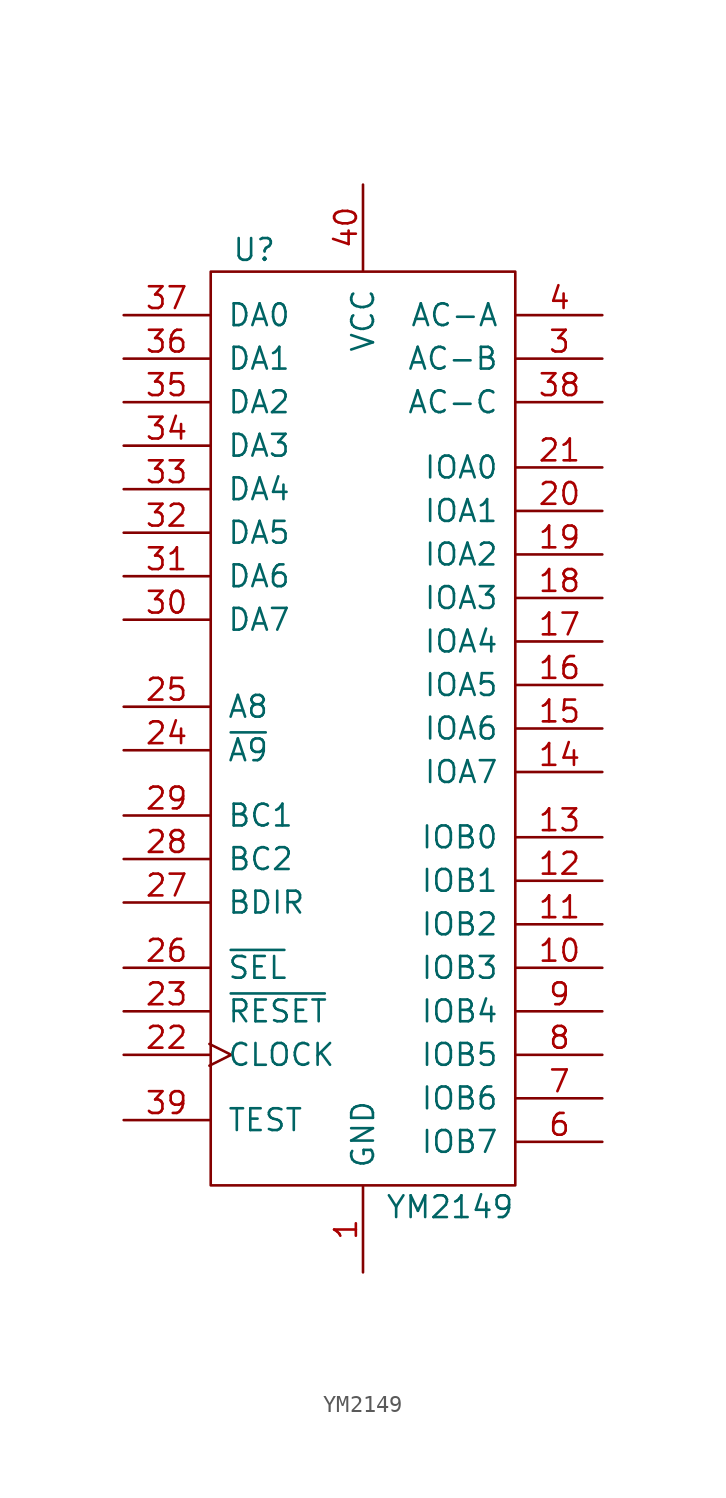
<source format=kicad_sym>
(kicad_symbol_lib
  (version 20220914)
  (generator kicad_symbol_editor)
  (symbol "YM2149"
    (pin_names
      (offset 1.016))
    (property "Reference" "U"
      (at -6.35 27.94 0)
      (effects (font (size 1.27 1.27))))
    (property "Value" "YM2149"
      (at 5.08 -27.94 0)
      (effects (font (size 1.27 1.27))))
    (symbol "YM2149_0_1"
      (polyline (pts (xy -8.89 26.67) (xy 8.89 26.67) (xy 8.89 -26.67) (xy -8.89 -26.67) (xy -8.89 26.67)) (stroke (width 0) (type solid)) (fill (type none))))
    (symbol "YM2149_1_1"
      (pin power_in line (at 0 -31.75 90) (length 5.004) (name "GND" (effects (font (size 1.27 1.27)))) (number "1" (effects (font (size 1.27 1.27)))))
      (pin bidirectional line (at 13.97 -13.97 180) (length 5.004) (name "IOB3" (effects (font (size 1.27 1.27)))) (number "10" (effects (font (size 1.27 1.27)))))
      (pin bidirectional line (at 13.97 -11.43 180) (length 5.004) (name "IOB2" (effects (font (size 1.27 1.27)))) (number "11" (effects (font (size 1.27 1.27)))))
      (pin bidirectional line (at 13.97 -8.89 180) (length 5.004) (name "IOB1" (effects (font (size 1.27 1.27)))) (number "12" (effects (font (size 1.27 1.27)))))
      (pin bidirectional line (at 13.97 -6.35 180) (length 5.004) (name "IOB0" (effects (font (size 1.27 1.27)))) (number "13" (effects (font (size 1.27 1.27)))))
      (pin bidirectional line (at 13.97 -2.54 180) (length 5.004) (name "IOA7" (effects (font (size 1.27 1.27)))) (number "14" (effects (font (size 1.27 1.27)))))
      (pin bidirectional line (at 13.97 0 180) (length 5.004) (name "IOA6" (effects (font (size 1.27 1.27)))) (number "15" (effects (font (size 1.27 1.27)))))
      (pin bidirectional line (at 13.97 2.54 180) (length 5.004) (name "IOA5" (effects (font (size 1.27 1.27)))) (number "16" (effects (font (size 1.27 1.27)))))
      (pin bidirectional line (at 13.97 5.08 180) (length 5.004) (name "IOA4" (effects (font (size 1.27 1.27)))) (number "17" (effects (font (size 1.27 1.27)))))
      (pin bidirectional line (at 13.97 7.62 180) (length 5.004) (name "IOA3" (effects (font (size 1.27 1.27)))) (number "18" (effects (font (size 1.27 1.27)))))
      (pin bidirectional line (at 13.97 10.16 180) (length 5.004) (name "IOA2" (effects (font (size 1.27 1.27)))) (number "19" (effects (font (size 1.27 1.27)))))
      (pin bidirectional line (at 13.97 12.7 180) (length 5.004) (name "IOA1" (effects (font (size 1.27 1.27)))) (number "20" (effects (font (size 1.27 1.27)))))
      (pin bidirectional line (at 13.97 15.24 180) (length 5.004) (name "IOA0" (effects (font (size 1.27 1.27)))) (number "21" (effects (font (size 1.27 1.27)))))
      (pin input clock (at -13.97 -19.05 0) (length 5.004) (name "CLOCK" (effects (font (size 1.27 1.27)))) (number "22" (effects (font (size 1.27 1.27)))))
      (pin input line (at -13.97 -16.51 0) (length 5.004) (name "~{RESET}" (effects (font (size 1.27 1.27)))) (number "23" (effects (font (size 1.27 1.27)))))
      (pin input line (at -13.97 -1.27 0) (length 5.004) (name "~{A9}" (effects (font (size 1.27 1.27)))) (number "24" (effects (font (size 1.27 1.27)))))
      (pin input line (at -13.97 1.27 0) (length 5.004) (name "A8" (effects (font (size 1.27 1.27)))) (number "25" (effects (font (size 1.27 1.27)))))
      (pin input line (at -13.97 -13.97 0) (length 5.004) (name "~{SEL}" (effects (font (size 1.27 1.27)))) (number "26" (effects (font (size 1.27 1.27)))))
      (pin input line (at -13.97 -10.16 0) (length 5.004) (name "BDIR" (effects (font (size 1.27 1.27)))) (number "27" (effects (font (size 1.27 1.27)))))
      (pin input line (at -13.97 -7.62 0) (length 5.004) (name "BC2" (effects (font (size 1.27 1.27)))) (number "28" (effects (font (size 1.27 1.27)))))
      (pin input line (at -13.97 -5.08 0) (length 5.004) (name "BC1" (effects (font (size 1.27 1.27)))) (number "29" (effects (font (size 1.27 1.27)))))
      (pin bidirectional line (at 13.97 21.59 180) (length 5.004) (name "AC-B" (effects (font (size 1.27 1.27)))) (number "3" (effects (font (size 1.27 1.27)))))
      (pin bidirectional line (at -13.97 6.35 0) (length 5.004) (name "DA7" (effects (font (size 1.27 1.27)))) (number "30" (effects (font (size 1.27 1.27)))))
      (pin bidirectional line (at -13.97 8.89 0) (length 5.004) (name "DA6" (effects (font (size 1.27 1.27)))) (number "31" (effects (font (size 1.27 1.27)))))
      (pin bidirectional line (at -13.97 11.43 0) (length 5.004) (name "DA5" (effects (font (size 1.27 1.27)))) (number "32" (effects (font (size 1.27 1.27)))))
      (pin bidirectional line (at -13.97 13.97 0) (length 5.004) (name "DA4" (effects (font (size 1.27 1.27)))) (number "33" (effects (font (size 1.27 1.27)))))
      (pin bidirectional line (at -13.97 16.51 0) (length 5.004) (name "DA3" (effects (font (size 1.27 1.27)))) (number "34" (effects (font (size 1.27 1.27)))))
      (pin bidirectional line (at -13.97 19.05 0) (length 5.004) (name "DA2" (effects (font (size 1.27 1.27)))) (number "35" (effects (font (size 1.27 1.27)))))
      (pin bidirectional line (at -13.97 21.59 0) (length 5.004) (name "DA1" (effects (font (size 1.27 1.27)))) (number "36" (effects (font (size 1.27 1.27)))))
      (pin bidirectional line (at -13.97 24.13 0) (length 5.004) (name "DA0" (effects (font (size 1.27 1.27)))) (number "37" (effects (font (size 1.27 1.27)))))
      (pin bidirectional line (at 13.97 19.05 180) (length 5.004) (name "AC-C" (effects (font (size 1.27 1.27)))) (number "38" (effects (font (size 1.27 1.27)))))
      (pin passive line (at -13.97 -22.86 0) (length 5.004) (name "TEST" (effects (font (size 1.27 1.27)))) (number "39" (effects (font (size 1.27 1.27)))))
      (pin bidirectional line (at 13.97 24.13 180) (length 5.004) (name "AC-A" (effects (font (size 1.27 1.27)))) (number "4" (effects (font (size 1.27 1.27)))))
      (pin power_in line (at 0 31.75 270) (length 5.004) (name "VCC" (effects (font (size 1.27 1.27)))) (number "40" (effects (font (size 1.27 1.27)))))
      (pin bidirectional line (at 13.97 -24.13 180) (length 5.004) (name "IOB7" (effects (font (size 1.27 1.27)))) (number "6" (effects (font (size 1.27 1.27)))))
      (pin bidirectional line (at 13.97 -21.59 180) (length 5.004) (name "IOB6" (effects (font (size 1.27 1.27)))) (number "7" (effects (font (size 1.27 1.27)))))
      (pin bidirectional line (at 13.97 -19.05 180) (length 5.004) (name "IOB5" (effects (font (size 1.27 1.27)))) (number "8" (effects (font (size 1.27 1.27)))))
      (pin bidirectional line (at 13.97 -16.51 180) (length 5.004) (name "IOB4" (effects (font (size 1.27 1.27)))) (number "9" (effects (font (size 1.27 1.27))))))))
</source>
